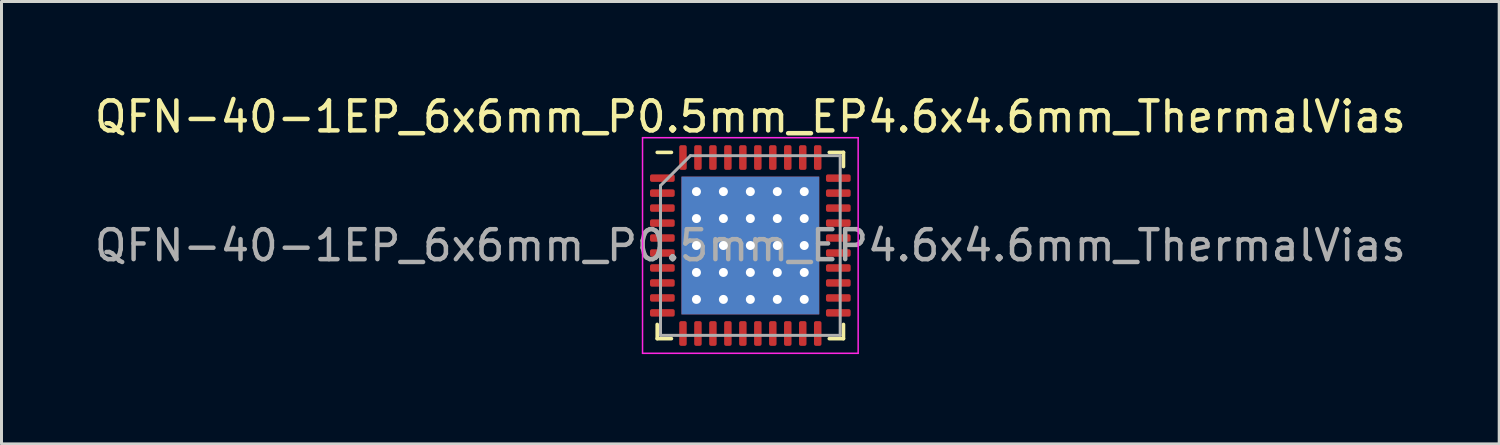
<source format=kicad_pcb>
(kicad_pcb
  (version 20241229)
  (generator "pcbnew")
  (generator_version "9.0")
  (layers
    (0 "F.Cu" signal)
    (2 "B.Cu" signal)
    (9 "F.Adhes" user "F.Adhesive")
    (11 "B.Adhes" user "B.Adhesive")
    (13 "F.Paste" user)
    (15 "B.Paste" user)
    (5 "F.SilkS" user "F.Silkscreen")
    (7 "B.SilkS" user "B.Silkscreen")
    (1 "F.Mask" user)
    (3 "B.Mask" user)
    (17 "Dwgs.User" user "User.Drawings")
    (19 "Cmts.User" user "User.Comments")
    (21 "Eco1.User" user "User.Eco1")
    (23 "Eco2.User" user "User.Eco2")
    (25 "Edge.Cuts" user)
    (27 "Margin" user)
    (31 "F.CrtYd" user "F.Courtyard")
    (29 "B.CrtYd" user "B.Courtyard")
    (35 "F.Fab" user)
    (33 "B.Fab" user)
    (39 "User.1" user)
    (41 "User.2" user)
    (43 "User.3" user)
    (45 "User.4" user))
  (footprint "QFN-40-1EP_6x6mm_P0.5mm_EP4.6x4.6mm_ThermalVias"
    (layer "F.Cu")
    (at 22.006 5.148)
    (property "Reference" "QFN-40-1EP_6x6mm_P0.5mm_EP4.6x4.6mm_ThermalVias" (at 0 -4.3 0) (layer "F.SilkS") (effects (font (size 1 1) (thickness 0.15))))
    (attr smd)
    (fp_line (start -3.11 3.11) (end -3.11 2.635) (stroke (width 0.12) (type solid)) (layer "F.SilkS"))
    (fp_line (start -2.635 -3.11) (end -3.11 -3.11) (stroke (width 0.12) (type solid)) (layer "F.SilkS"))
    (fp_line (start -2.635 3.11) (end -3.11 3.11) (stroke (width 0.12) (type solid)) (layer "F.SilkS"))
    (fp_line (start 2.635 -3.11) (end 3.11 -3.11) (stroke (width 0.12) (type solid)) (layer "F.SilkS"))
    (fp_line (start 2.635 3.11) (end 3.11 3.11) (stroke (width 0.12) (type solid)) (layer "F.SilkS"))
    (fp_line (start 3.11 -3.11) (end 3.11 -2.635) (stroke (width 0.12) (type solid)) (layer "F.SilkS"))
    (fp_line (start 3.11 3.11) (end 3.11 2.635) (stroke (width 0.12) (type solid)) (layer "F.SilkS"))
    (fp_line (start -3.6 -3.6) (end -3.6 3.6) (stroke (width 0.05) (type solid)) (layer "F.CrtYd"))
    (fp_line (start -3.6 3.6) (end 3.6 3.6) (stroke (width 0.05) (type solid)) (layer "F.CrtYd"))
    (fp_line (start 3.6 -3.6) (end -3.6 -3.6) (stroke (width 0.05) (type solid)) (layer "F.CrtYd"))
    (fp_line (start 3.6 3.6) (end 3.6 -3.6) (stroke (width 0.05) (type solid)) (layer "F.CrtYd"))
    (fp_line (start -3 -2) (end -2 -3) (stroke (width 0.1) (type solid)) (layer "F.Fab"))
    (fp_line (start -3 3) (end -3 -2) (stroke (width 0.1) (type solid)) (layer "F.Fab"))
    (fp_line (start -2 -3) (end 3 -3) (stroke (width 0.1) (type solid)) (layer "F.Fab"))
    (fp_line (start 3 -3) (end 3 3) (stroke (width 0.1) (type solid)) (layer "F.Fab"))
    (fp_line (start 3 3) (end -3 3) (stroke (width 0.1) (type solid)) (layer "F.Fab"))
    (fp_text user "${REFERENCE}" (at 0 0 0) (layer "F.Fab") (effects (font (size 1 1) (thickness 0.15))))
    (pad "" smd custom (at -1.538 -1.538) (size 0.786 0.786) (layers "F.Paste") (options (anchor circle)) (primitives (gr_poly (pts (xy -0.34 -0.253) (xy -0.253 -0.34) (xy 0.253 -0.34) (xy 0.34 -0.253) (xy 0.34 0.253) (xy 0.253 0.34) (xy -0.253 0.34) (xy -0.34 0.253)) (width 0.21) (fill yes))))
    (pad "" smd custom (at -1.538 -0.512) (size 0.786 0.786) (layers "F.Paste") (options (anchor circle)) (primitives (gr_poly (pts (xy -0.34 -0.253) (xy -0.253 -0.34) (xy 0.253 -0.34) (xy 0.34 -0.253) (xy 0.34 0.253) (xy 0.253 0.34) (xy -0.253 0.34) (xy -0.34 0.253)) (width 0.21) (fill yes))))
    (pad "" smd custom (at -1.538 0.512) (size 0.786 0.786) (layers "F.Paste") (options (anchor circle)) (primitives (gr_poly (pts (xy -0.34 -0.253) (xy -0.253 -0.34) (xy 0.253 -0.34) (xy 0.34 -0.253) (xy 0.34 0.253) (xy 0.253 0.34) (xy -0.253 0.34) (xy -0.34 0.253)) (width 0.21) (fill yes))))
    (pad "" smd custom (at -1.538 1.538) (size 0.786 0.786) (layers "F.Paste") (options (anchor circle)) (primitives (gr_poly (pts (xy -0.34 -0.253) (xy -0.253 -0.34) (xy 0.253 -0.34) (xy 0.34 -0.253) (xy 0.34 0.253) (xy 0.253 0.34) (xy -0.253 0.34) (xy -0.34 0.253)) (width 0.21) (fill yes))))
    (pad "" smd custom (at -0.512 -1.538) (size 0.786 0.786) (layers "F.Paste") (options (anchor circle)) (primitives (gr_poly (pts (xy -0.34 -0.253) (xy -0.253 -0.34) (xy 0.253 -0.34) (xy 0.34 -0.253) (xy 0.34 0.253) (xy 0.253 0.34) (xy -0.253 0.34) (xy -0.34 0.253)) (width 0.21) (fill yes))))
    (pad "" smd custom (at -0.512 -0.512) (size 0.786 0.786) (layers "F.Paste") (options (anchor circle)) (primitives (gr_poly (pts (xy -0.34 -0.253) (xy -0.253 -0.34) (xy 0.253 -0.34) (xy 0.34 -0.253) (xy 0.34 0.253) (xy 0.253 0.34) (xy -0.253 0.34) (xy -0.34 0.253)) (width 0.21) (fill yes))))
    (pad "" smd custom (at -0.512 0.512) (size 0.786 0.786) (layers "F.Paste") (options (anchor circle)) (primitives (gr_poly (pts (xy -0.34 -0.253) (xy -0.253 -0.34) (xy 0.253 -0.34) (xy 0.34 -0.253) (xy 0.34 0.253) (xy 0.253 0.34) (xy -0.253 0.34) (xy -0.34 0.253)) (width 0.21) (fill yes))))
    (pad "" smd custom (at -0.512 1.538) (size 0.786 0.786) (layers "F.Paste") (options (anchor circle)) (primitives (gr_poly (pts (xy -0.34 -0.253) (xy -0.253 -0.34) (xy 0.253 -0.34) (xy 0.34 -0.253) (xy 0.34 0.253) (xy 0.253 0.34) (xy -0.253 0.34) (xy -0.34 0.253)) (width 0.21) (fill yes))))
    (pad "" smd custom (at 0.512 -1.538) (size 0.786 0.786) (layers "F.Paste") (options (anchor circle)) (primitives (gr_poly (pts (xy -0.34 -0.253) (xy -0.253 -0.34) (xy 0.253 -0.34) (xy 0.34 -0.253) (xy 0.34 0.253) (xy 0.253 0.34) (xy -0.253 0.34) (xy -0.34 0.253)) (width 0.21) (fill yes))))
    (pad "" smd custom (at 0.512 -0.512) (size 0.786 0.786) (layers "F.Paste") (options (anchor circle)) (primitives (gr_poly (pts (xy -0.34 -0.253) (xy -0.253 -0.34) (xy 0.253 -0.34) (xy 0.34 -0.253) (xy 0.34 0.253) (xy 0.253 0.34) (xy -0.253 0.34) (xy -0.34 0.253)) (width 0.21) (fill yes))))
    (pad "" smd custom (at 0.512 0.512) (size 0.786 0.786) (layers "F.Paste") (options (anchor circle)) (primitives (gr_poly (pts (xy -0.34 -0.253) (xy -0.253 -0.34) (xy 0.253 -0.34) (xy 0.34 -0.253) (xy 0.34 0.253) (xy 0.253 0.34) (xy -0.253 0.34) (xy -0.34 0.253)) (width 0.21) (fill yes))))
    (pad "" smd custom (at 0.512 1.538) (size 0.786 0.786) (layers "F.Paste") (options (anchor circle)) (primitives (gr_poly (pts (xy -0.34 -0.253) (xy -0.253 -0.34) (xy 0.253 -0.34) (xy 0.34 -0.253) (xy 0.34 0.253) (xy 0.253 0.34) (xy -0.253 0.34) (xy -0.34 0.253)) (width 0.21) (fill yes))))
    (pad "" smd custom (at 1.538 -1.538) (size 0.786 0.786) (layers "F.Paste") (options (anchor circle)) (primitives (gr_poly (pts (xy -0.34 -0.253) (xy -0.253 -0.34) (xy 0.253 -0.34) (xy 0.34 -0.253) (xy 0.34 0.253) (xy 0.253 0.34) (xy -0.253 0.34) (xy -0.34 0.253)) (width 0.21) (fill yes))))
    (pad "" smd custom (at 1.538 -0.512) (size 0.786 0.786) (layers "F.Paste") (options (anchor circle)) (primitives (gr_poly (pts (xy -0.34 -0.253) (xy -0.253 -0.34) (xy 0.253 -0.34) (xy 0.34 -0.253) (xy 0.34 0.253) (xy 0.253 0.34) (xy -0.253 0.34) (xy -0.34 0.253)) (width 0.21) (fill yes))))
    (pad "" smd custom (at 1.538 0.512) (size 0.786 0.786) (layers "F.Paste") (options (anchor circle)) (primitives (gr_poly (pts (xy -0.34 -0.253) (xy -0.253 -0.34) (xy 0.253 -0.34) (xy 0.34 -0.253) (xy 0.34 0.253) (xy 0.253 0.34) (xy -0.253 0.34) (xy -0.34 0.253)) (width 0.21) (fill yes))))
    (pad "" smd custom (at 1.538 1.538) (size 0.786 0.786) (layers "F.Paste") (options (anchor circle)) (primitives (gr_poly (pts (xy -0.34 -0.253) (xy -0.253 -0.34) (xy 0.253 -0.34) (xy 0.34 -0.253) (xy 0.34 0.253) (xy 0.253 0.34) (xy -0.253 0.34) (xy -0.34 0.253)) (width 0.21) (fill yes))))
    (pad "1" smd roundrect (at -2.938 -2.25) (size 0.825 0.25) (layers "F.Cu" "F.Mask" "F.Paste") (roundrect_rratio 0.25))
    (pad "2" smd roundrect (at -2.938 -1.75) (size 0.825 0.25) (layers "F.Cu" "F.Mask" "F.Paste") (roundrect_rratio 0.25))
    (pad "3" smd roundrect (at -2.938 -1.25) (size 0.825 0.25) (layers "F.Cu" "F.Mask" "F.Paste") (roundrect_rratio 0.25))
    (pad "4" smd roundrect (at -2.938 -0.75) (size 0.825 0.25) (layers "F.Cu" "F.Mask" "F.Paste") (roundrect_rratio 0.25))
    (pad "5" smd roundrect (at -2.938 -0.25) (size 0.825 0.25) (layers "F.Cu" "F.Mask" "F.Paste") (roundrect_rratio 0.25))
    (pad "6" smd roundrect (at -2.938 0.25) (size 0.825 0.25) (layers "F.Cu" "F.Mask" "F.Paste") (roundrect_rratio 0.25))
    (pad "7" smd roundrect (at -2.938 0.75) (size 0.825 0.25) (layers "F.Cu" "F.Mask" "F.Paste") (roundrect_rratio 0.25))
    (pad "8" smd roundrect (at -2.938 1.25) (size 0.825 0.25) (layers "F.Cu" "F.Mask" "F.Paste") (roundrect_rratio 0.25))
    (pad "9" smd roundrect (at -2.938 1.75) (size 0.825 0.25) (layers "F.Cu" "F.Mask" "F.Paste") (roundrect_rratio 0.25))
    (pad "10" smd roundrect (at -2.938 2.25) (size 0.825 0.25) (layers "F.Cu" "F.Mask" "F.Paste") (roundrect_rratio 0.25))
    (pad "11" smd roundrect (at -2.25 2.938) (size 0.25 0.825) (layers "F.Cu" "F.Mask" "F.Paste") (roundrect_rratio 0.25))
    (pad "12" smd roundrect (at -1.75 2.938) (size 0.25 0.825) (layers "F.Cu" "F.Mask" "F.Paste") (roundrect_rratio 0.25))
    (pad "13" smd roundrect (at -1.25 2.938) (size 0.25 0.825) (layers "F.Cu" "F.Mask" "F.Paste") (roundrect_rratio 0.25))
    (pad "14" smd roundrect (at -0.75 2.938) (size 0.25 0.825) (layers "F.Cu" "F.Mask" "F.Paste") (roundrect_rratio 0.25))
    (pad "15" smd roundrect (at -0.25 2.938) (size 0.25 0.825) (layers "F.Cu" "F.Mask" "F.Paste") (roundrect_rratio 0.25))
    (pad "16" smd roundrect (at 0.25 2.938) (size 0.25 0.825) (layers "F.Cu" "F.Mask" "F.Paste") (roundrect_rratio 0.25))
    (pad "17" smd roundrect (at 0.75 2.938) (size 0.25 0.825) (layers "F.Cu" "F.Mask" "F.Paste") (roundrect_rratio 0.25))
    (pad "18" smd roundrect (at 1.25 2.938) (size 0.25 0.825) (layers "F.Cu" "F.Mask" "F.Paste") (roundrect_rratio 0.25))
    (pad "19" smd roundrect (at 1.75 2.938) (size 0.25 0.825) (layers "F.Cu" "F.Mask" "F.Paste") (roundrect_rratio 0.25))
    (pad "20" smd roundrect (at 2.25 2.938) (size 0.25 0.825) (layers "F.Cu" "F.Mask" "F.Paste") (roundrect_rratio 0.25))
    (pad "21" smd roundrect (at 2.938 2.25) (size 0.825 0.25) (layers "F.Cu" "F.Mask" "F.Paste") (roundrect_rratio 0.25))
    (pad "22" smd roundrect (at 2.938 1.75) (size 0.825 0.25) (layers "F.Cu" "F.Mask" "F.Paste") (roundrect_rratio 0.25))
    (pad "23" smd roundrect (at 2.938 1.25) (size 0.825 0.25) (layers "F.Cu" "F.Mask" "F.Paste") (roundrect_rratio 0.25))
    (pad "24" smd roundrect (at 2.938 0.75) (size 0.825 0.25) (layers "F.Cu" "F.Mask" "F.Paste") (roundrect_rratio 0.25))
    (pad "25" smd roundrect (at 2.938 0.25) (size 0.825 0.25) (layers "F.Cu" "F.Mask" "F.Paste") (roundrect_rratio 0.25))
    (pad "26" smd roundrect (at 2.938 -0.25) (size 0.825 0.25) (layers "F.Cu" "F.Mask" "F.Paste") (roundrect_rratio 0.25))
    (pad "27" smd roundrect (at 2.938 -0.75) (size 0.825 0.25) (layers "F.Cu" "F.Mask" "F.Paste") (roundrect_rratio 0.25))
    (pad "28" smd roundrect (at 2.938 -1.25) (size 0.825 0.25) (layers "F.Cu" "F.Mask" "F.Paste") (roundrect_rratio 0.25))
    (pad "29" smd roundrect (at 2.938 -1.75) (size 0.825 0.25) (layers "F.Cu" "F.Mask" "F.Paste") (roundrect_rratio 0.25))
    (pad "30" smd roundrect (at 2.938 -2.25) (size 0.825 0.25) (layers "F.Cu" "F.Mask" "F.Paste") (roundrect_rratio 0.25))
    (pad "31" smd roundrect (at 2.25 -2.938) (size 0.25 0.825) (layers "F.Cu" "F.Mask" "F.Paste") (roundrect_rratio 0.25))
    (pad "32" smd roundrect (at 1.75 -2.938) (size 0.25 0.825) (layers "F.Cu" "F.Mask" "F.Paste") (roundrect_rratio 0.25))
    (pad "33" smd roundrect (at 1.25 -2.938) (size 0.25 0.825) (layers "F.Cu" "F.Mask" "F.Paste") (roundrect_rratio 0.25))
    (pad "34" smd roundrect (at 0.75 -2.938) (size 0.25 0.825) (layers "F.Cu" "F.Mask" "F.Paste") (roundrect_rratio 0.25))
    (pad "35" smd roundrect (at 0.25 -2.938) (size 0.25 0.825) (layers "F.Cu" "F.Mask" "F.Paste") (roundrect_rratio 0.25))
    (pad "36" smd roundrect (at -0.25 -2.938) (size 0.25 0.825) (layers "F.Cu" "F.Mask" "F.Paste") (roundrect_rratio 0.25))
    (pad "37" smd roundrect (at -0.75 -2.938) (size 0.25 0.825) (layers "F.Cu" "F.Mask" "F.Paste") (roundrect_rratio 0.25))
    (pad "38" smd roundrect (at -1.25 -2.938) (size 0.25 0.825) (layers "F.Cu" "F.Mask" "F.Paste") (roundrect_rratio 0.25))
    (pad "39" smd roundrect (at -1.75 -2.938) (size 0.25 0.825) (layers "F.Cu" "F.Mask" "F.Paste") (roundrect_rratio 0.25))
    (pad "40" smd roundrect (at -2.25 -2.938) (size 0.25 0.825) (layers "F.Cu" "F.Mask" "F.Paste") (roundrect_rratio 0.25))
    (pad "41" thru_hole circle (at -1.8 -1.8) (size 0.7 0.7) (drill 0.3) (layers "*.Cu" "*.Mask"))
    (pad "41" thru_hole circle (at -1.8 -0.9) (size 0.7 0.7) (drill 0.3) (layers "*.Cu" "*.Mask"))
    (pad "41" thru_hole circle (at -1.8 0) (size 0.7 0.7) (drill 0.3) (layers "*.Cu" "*.Mask"))
    (pad "41" thru_hole circle (at -1.8 0.9) (size 0.7 0.7) (drill 0.3) (layers "*.Cu" "*.Mask"))
    (pad "41" thru_hole circle (at -1.8 1.8) (size 0.7 0.7) (drill 0.3) (layers "*.Cu" "*.Mask"))
    (pad "41" thru_hole circle (at -0.9 -1.8) (size 0.7 0.7) (drill 0.3) (layers "*.Cu" "*.Mask"))
    (pad "41" thru_hole circle (at -0.9 -0.9) (size 0.7 0.7) (drill 0.3) (layers "*.Cu" "*.Mask"))
    (pad "41" thru_hole circle (at -0.9 0) (size 0.7 0.7) (drill 0.3) (layers "*.Cu" "*.Mask"))
    (pad "41" thru_hole circle (at -0.9 0.9) (size 0.7 0.7) (drill 0.3) (layers "*.Cu" "*.Mask"))
    (pad "41" thru_hole circle (at -0.9 1.8) (size 0.7 0.7) (drill 0.3) (layers "*.Cu" "*.Mask"))
    (pad "41" thru_hole circle (at 0 -1.8) (size 0.7 0.7) (drill 0.3) (layers "*.Cu" "*.Mask"))
    (pad "41" thru_hole circle (at 0 -0.9) (size 0.7 0.7) (drill 0.3) (layers "*.Cu" "*.Mask"))
    (pad "41" thru_hole circle (at 0 0) (size 0.7 0.7) (drill 0.3) (layers "*.Cu" "*.Mask"))
    (pad "41" smd rect (at 0 0) (size 4.6 4.6) (layers "F.Cu" "F.Mask"))
    (pad "41" smd rect (at 0 0) (size 4.6 4.6) (layers "B.Cu"))
    (pad "41" thru_hole circle (at 0 0.9) (size 0.7 0.7) (drill 0.3) (layers "*.Cu" "*.Mask"))
    (pad "41" thru_hole circle (at 0 1.8) (size 0.7 0.7) (drill 0.3) (layers "*.Cu" "*.Mask"))
    (pad "41" thru_hole circle (at 0.9 -1.8) (size 0.7 0.7) (drill 0.3) (layers "*.Cu" "*.Mask"))
    (pad "41" thru_hole circle (at 0.9 -0.9) (size 0.7 0.7) (drill 0.3) (layers "*.Cu" "*.Mask"))
    (pad "41" thru_hole circle (at 0.9 0) (size 0.7 0.7) (drill 0.3) (layers "*.Cu" "*.Mask"))
    (pad "41" thru_hole circle (at 0.9 0.9) (size 0.7 0.7) (drill 0.3) (layers "*.Cu" "*.Mask"))
    (pad "41" thru_hole circle (at 0.9 1.8) (size 0.7 0.7) (drill 0.3) (layers "*.Cu" "*.Mask"))
    (pad "41" thru_hole circle (at 1.8 -1.8) (size 0.7 0.7) (drill 0.3) (layers "*.Cu" "*.Mask"))
    (pad "41" thru_hole circle (at 1.8 -0.9) (size 0.7 0.7) (drill 0.3) (layers "*.Cu" "*.Mask"))
    (pad "41" thru_hole circle (at 1.8 0) (size 0.7 0.7) (drill 0.3) (layers "*.Cu" "*.Mask"))
    (pad "41" thru_hole circle (at 1.8 0.9) (size 0.7 0.7) (drill 0.3) (layers "*.Cu" "*.Mask"))
    (pad "41" thru_hole circle (at 1.8 1.8) (size 0.7 0.7) (drill 0.3) (layers "*.Cu" "*.Mask")))
  (gr_rect
    (start -3 -3)
    (end 47.012 11.773)
    (stroke (width 0.1) (type default))
    (fill no)
    (layer "Edge.Cuts")))
</source>
